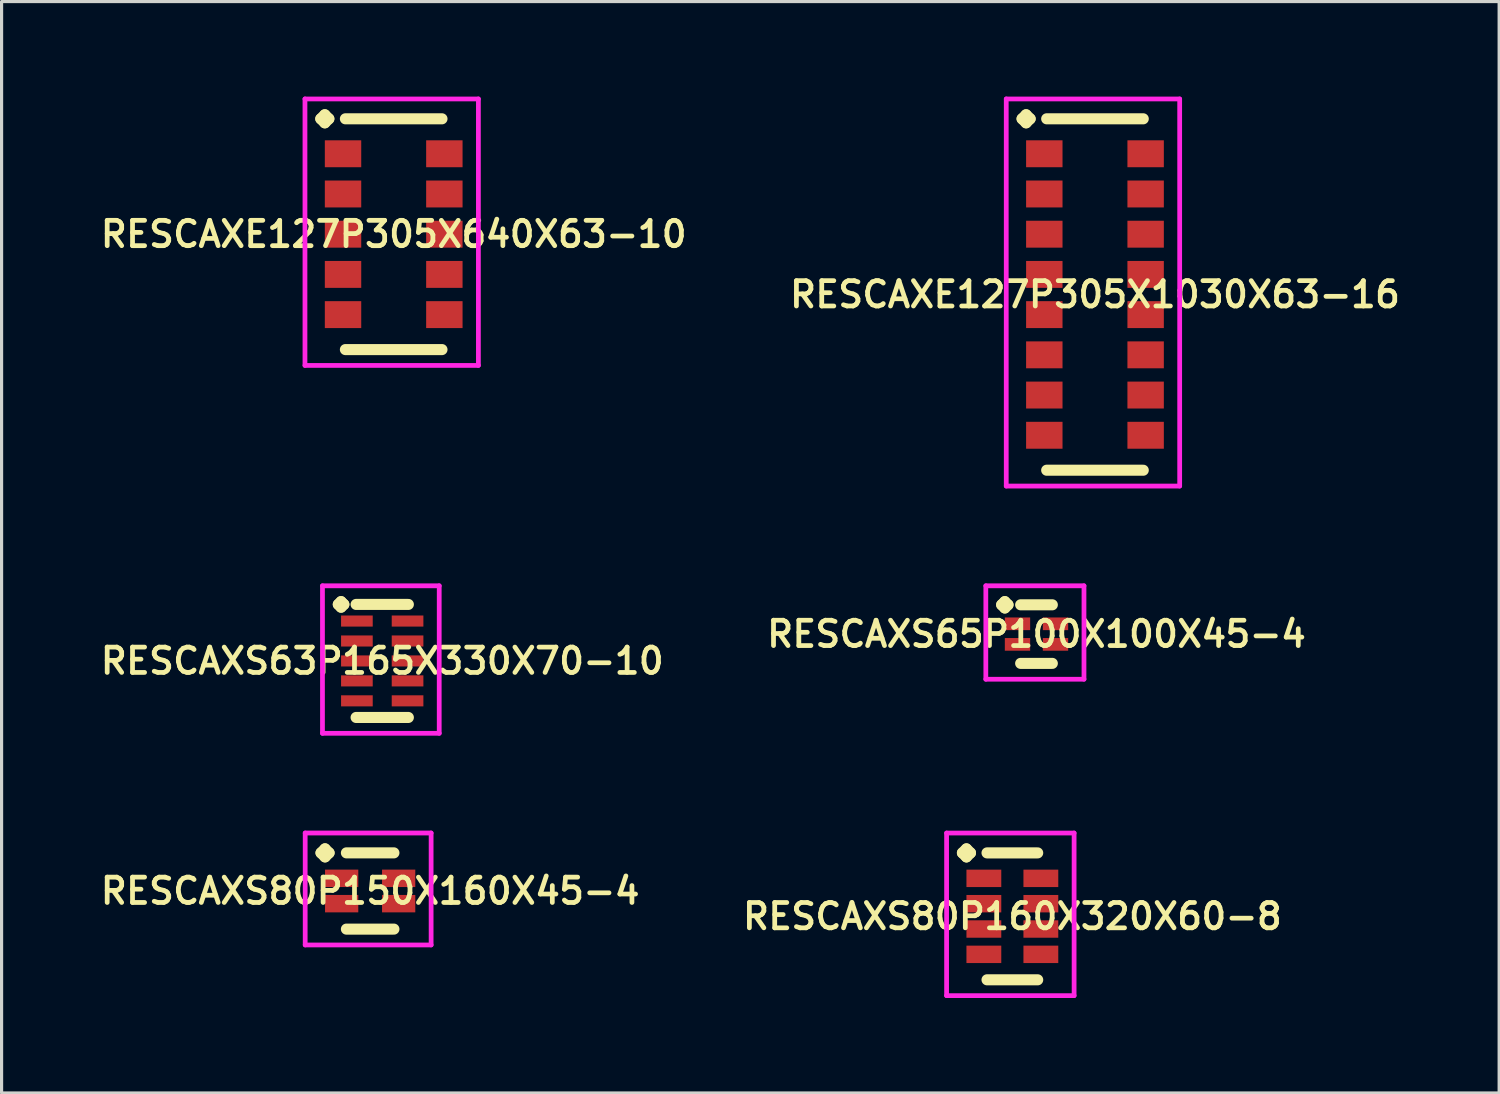
<source format=kicad_pcb>
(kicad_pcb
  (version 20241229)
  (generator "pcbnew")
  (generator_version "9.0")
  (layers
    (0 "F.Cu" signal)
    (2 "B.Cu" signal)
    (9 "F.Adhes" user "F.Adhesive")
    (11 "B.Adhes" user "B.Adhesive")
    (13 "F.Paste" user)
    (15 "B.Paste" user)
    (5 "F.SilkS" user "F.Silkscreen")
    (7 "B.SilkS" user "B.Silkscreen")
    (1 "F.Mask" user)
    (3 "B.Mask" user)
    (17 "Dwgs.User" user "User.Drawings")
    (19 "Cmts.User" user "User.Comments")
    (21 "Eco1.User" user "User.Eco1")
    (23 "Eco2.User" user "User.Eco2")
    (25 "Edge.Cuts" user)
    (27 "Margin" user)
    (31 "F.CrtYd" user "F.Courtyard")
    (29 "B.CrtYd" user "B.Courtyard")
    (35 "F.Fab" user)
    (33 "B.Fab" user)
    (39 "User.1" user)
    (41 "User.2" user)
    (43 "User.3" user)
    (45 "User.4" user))
  (footprint "RESCAXE127P305X1030X63-16"
    (layer "F.Cu")
    (at 31.53 6.251)
    (property "Reference" "RESCAXE127P305X1030X63-16" (at 0 0 0) (layer "F.SilkS") (effects (font (size 0.8 0.8) (thickness 0.15))))
    (attr smd)
    (fp_line (start -2.302 -5.549) (end -2.175 -5.676) (stroke (width 0.35) (type solid)) (layer "F.SilkS"))
    (fp_line (start -2.175 -5.676) (end -2.048 -5.549) (stroke (width 0.35) (type solid)) (layer "F.SilkS"))
    (fp_line (start -2.175 -5.422) (end -2.302 -5.549) (stroke (width 0.35) (type solid)) (layer "F.SilkS"))
    (fp_line (start -2.048 -5.549) (end -2.175 -5.422) (stroke (width 0.35) (type solid)) (layer "F.SilkS"))
    (fp_line (start -1.525 -5.549) (end 1.525 -5.549) (stroke (width 0.35) (type solid)) (layer "F.SilkS"))
    (fp_line (start -1.525 5.549) (end 1.525 5.549) (stroke (width 0.35) (type solid)) (layer "F.SilkS"))
    (fp_line (start -2.802 -6.176) (end 2.675 -6.176) (stroke (width 0.15) (type solid)) (layer "F.CrtYd"))
    (fp_line (start -2.802 6.049) (end -2.802 -6.176) (stroke (width 0.15) (type solid)) (layer "F.CrtYd"))
    (fp_line (start 2.675 -6.176) (end 2.675 6.049) (stroke (width 0.15) (type solid)) (layer "F.CrtYd"))
    (fp_line (start 2.675 6.049) (end -2.802 6.049) (stroke (width 0.15) (type solid)) (layer "F.CrtYd"))
    (pad "1" smd rect (at -1.6 -4.445) (size 1.15 0.85) (layers "F.Cu" "F.Mask" "F.Paste"))
    (pad "2" smd rect (at -1.6 -3.175) (size 1.15 0.85) (layers "F.Cu" "F.Mask" "F.Paste"))
    (pad "3" smd rect (at -1.6 -1.905) (size 1.15 0.85) (layers "F.Cu" "F.Mask" "F.Paste"))
    (pad "4" smd rect (at -1.6 -0.635) (size 1.15 0.85) (layers "F.Cu" "F.Mask" "F.Paste"))
    (pad "5" smd rect (at -1.6 0.635) (size 1.15 0.85) (layers "F.Cu" "F.Mask" "F.Paste"))
    (pad "6" smd rect (at -1.6 1.905) (size 1.15 0.85) (layers "F.Cu" "F.Mask" "F.Paste"))
    (pad "7" smd rect (at -1.6 3.175) (size 1.15 0.85) (layers "F.Cu" "F.Mask" "F.Paste"))
    (pad "8" smd rect (at -1.6 4.445) (size 1.15 0.85) (layers "F.Cu" "F.Mask" "F.Paste"))
    (pad "9" smd rect (at 1.6 4.445) (size 1.15 0.85) (layers "F.Cu" "F.Mask" "F.Paste"))
    (pad "10" smd rect (at 1.6 3.175) (size 1.15 0.85) (layers "F.Cu" "F.Mask" "F.Paste"))
    (pad "11" smd rect (at 1.6 1.905) (size 1.15 0.85) (layers "F.Cu" "F.Mask" "F.Paste"))
    (pad "12" smd rect (at 1.6 0.635) (size 1.15 0.85) (layers "F.Cu" "F.Mask" "F.Paste"))
    (pad "13" smd rect (at 1.6 -0.635) (size 1.15 0.85) (layers "F.Cu" "F.Mask" "F.Paste"))
    (pad "14" smd rect (at 1.6 -1.905) (size 1.15 0.85) (layers "F.Cu" "F.Mask" "F.Paste"))
    (pad "15" smd rect (at 1.6 -3.175) (size 1.15 0.85) (layers "F.Cu" "F.Mask" "F.Paste"))
    (pad "16" smd rect (at 1.6 -4.445) (size 1.15 0.85) (layers "F.Cu" "F.Mask" "F.Paste")))
  (footprint "RESCAXE127P305X640X63-10"
    (layer "F.Cu")
    (at 9.383 4.346)
    (property "Reference" "RESCAXE127P305X640X63-10" (at 0 0 0) (layer "F.SilkS") (effects (font (size 0.8 0.8) (thickness 0.15))))
    (attr through_hole)
    (fp_line (start -2.302 -3.644) (end -2.175 -3.771) (stroke (width 0.35) (type solid)) (layer "F.SilkS"))
    (fp_line (start -2.175 -3.771) (end -2.048 -3.644) (stroke (width 0.35) (type solid)) (layer "F.SilkS"))
    (fp_line (start -2.175 -3.517) (end -2.302 -3.644) (stroke (width 0.35) (type solid)) (layer "F.SilkS"))
    (fp_line (start -2.048 -3.644) (end -2.175 -3.517) (stroke (width 0.35) (type solid)) (layer "F.SilkS"))
    (fp_line (start -1.525 -3.644) (end 1.525 -3.644) (stroke (width 0.35) (type solid)) (layer "F.SilkS"))
    (fp_line (start -1.525 3.644) (end 1.525 3.644) (stroke (width 0.35) (type solid)) (layer "F.SilkS"))
    (fp_line (start -2.802 -4.271) (end 2.675 -4.271) (stroke (width 0.15) (type solid)) (layer "F.CrtYd"))
    (fp_line (start -2.802 4.144) (end -2.802 -4.271) (stroke (width 0.15) (type solid)) (layer "F.CrtYd"))
    (fp_line (start 2.675 -4.271) (end 2.675 4.144) (stroke (width 0.15) (type solid)) (layer "F.CrtYd"))
    (fp_line (start 2.675 4.144) (end -2.802 4.144) (stroke (width 0.15) (type solid)) (layer "F.CrtYd"))
    (pad "1" smd rect (at -1.6 -2.54) (size 1.15 0.85) (layers "F.Cu" "F.Mask" "F.Paste"))
    (pad "2" smd rect (at -1.6 -1.27) (size 1.15 0.85) (layers "F.Cu" "F.Mask" "F.Paste"))
    (pad "3" smd rect (at -1.6 0) (size 1.15 0.85) (layers "F.Cu" "F.Mask" "F.Paste"))
    (pad "4" smd rect (at -1.6 1.27) (size 1.15 0.85) (layers "F.Cu" "F.Mask" "F.Paste"))
    (pad "5" smd rect (at -1.6 2.54) (size 1.15 0.85) (layers "F.Cu" "F.Mask" "F.Paste"))
    (pad "6" smd rect (at 1.6 2.54) (size 1.15 0.85) (layers "F.Cu" "F.Mask" "F.Paste"))
    (pad "7" smd rect (at 1.6 1.27) (size 1.15 0.85) (layers "F.Cu" "F.Mask" "F.Paste"))
    (pad "8" smd rect (at 1.6 0) (size 1.15 0.85) (layers "F.Cu" "F.Mask" "F.Paste"))
    (pad "9" smd rect (at 1.6 -1.27) (size 1.15 0.85) (layers "F.Cu" "F.Mask" "F.Paste"))
    (pad "10" smd rect (at 1.6 -2.54) (size 1.15 0.85) (layers "F.Cu" "F.Mask" "F.Paste")))
  (footprint "RESCAXS80P150X160X45-4"
    (layer "F.Cu")
    (at 8.64 25.088)
    (property "Reference" "RESCAXS80P150X160X45-4" (at 0 0 0) (layer "F.SilkS") (effects (font (size 0.8 0.8) (thickness 0.15))))
    (attr smd)
    (fp_line (start -1.552 -1.204) (end -1.425 -1.331) (stroke (width 0.35) (type solid)) (layer "F.SilkS"))
    (fp_line (start -1.425 -1.331) (end -1.298 -1.204) (stroke (width 0.35) (type solid)) (layer "F.SilkS"))
    (fp_line (start -1.425 -1.077) (end -1.552 -1.204) (stroke (width 0.35) (type solid)) (layer "F.SilkS"))
    (fp_line (start -1.298 -1.204) (end -1.425 -1.077) (stroke (width 0.35) (type solid)) (layer "F.SilkS"))
    (fp_line (start -0.75 -1.204) (end 0.75 -1.204) (stroke (width 0.35) (type solid)) (layer "F.SilkS"))
    (fp_line (start -0.75 1.204) (end 0.75 1.204) (stroke (width 0.35) (type solid)) (layer "F.SilkS"))
    (fp_line (start -2.052 -1.831) (end 1.925 -1.831) (stroke (width 0.15) (type solid)) (layer "F.CrtYd"))
    (fp_line (start -2.052 1.704) (end -2.052 -1.831) (stroke (width 0.15) (type solid)) (layer "F.CrtYd"))
    (fp_line (start 1.925 -1.831) (end 1.925 1.704) (stroke (width 0.15) (type solid)) (layer "F.CrtYd"))
    (fp_line (start 1.925 1.704) (end -2.052 1.704) (stroke (width 0.15) (type solid)) (layer "F.CrtYd"))
    (pad "1" smd rect (at -0.9 -0.4) (size 1.05 0.55) (layers "F.Cu" "F.Mask" "F.Paste"))
    (pad "2" smd rect (at -0.9 0.4) (size 1.05 0.55) (layers "F.Cu" "F.Mask" "F.Paste"))
    (pad "3" smd rect (at 0.9 0.4) (size 1.05 0.55) (layers "F.Cu" "F.Mask" "F.Paste"))
    (pad "4" smd rect (at 0.9 -0.4) (size 1.05 0.55) (layers "F.Cu" "F.Mask" "F.Paste")))
  (footprint "RESCAXS63P165X330X70-10"
    (layer "F.Cu")
    (at 9.021 17.823)
    (property "Reference" "RESCAXS63P165X330X70-10" (at 0 0 0) (layer "F.SilkS") (effects (font (size 0.8 0.8) (thickness 0.15))))
    (attr smd)
    (fp_line (start -1.387 -1.785) (end -1.3 -1.873) (stroke (width 0.35) (type solid)) (layer "F.SilkS"))
    (fp_line (start -1.3 -1.873) (end -1.212 -1.785) (stroke (width 0.35) (type solid)) (layer "F.SilkS"))
    (fp_line (start -1.3 -1.698) (end -1.387 -1.785) (stroke (width 0.35) (type solid)) (layer "F.SilkS"))
    (fp_line (start -1.212 -1.785) (end -1.3 -1.698) (stroke (width 0.35) (type solid)) (layer "F.SilkS"))
    (fp_line (start -0.825 -1.785) (end 0.825 -1.785) (stroke (width 0.35) (type solid)) (layer "F.SilkS"))
    (fp_line (start -0.825 1.785) (end 0.825 1.785) (stroke (width 0.35) (type solid)) (layer "F.SilkS"))
    (fp_line (start -1.887 -2.373) (end 1.8 -2.373) (stroke (width 0.15) (type solid)) (layer "F.CrtYd"))
    (fp_line (start -1.887 2.285) (end -1.887 -2.373) (stroke (width 0.15) (type solid)) (layer "F.CrtYd"))
    (fp_line (start 1.8 -2.373) (end 1.8 2.285) (stroke (width 0.15) (type solid)) (layer "F.CrtYd"))
    (fp_line (start 1.8 2.285) (end -1.887 2.285) (stroke (width 0.15) (type solid)) (layer "F.CrtYd"))
    (pad "1" smd rect (at -0.8 -1.26) (size 1 0.35) (layers "F.Cu" "F.Mask" "F.Paste"))
    (pad "2" smd rect (at -0.8 -0.63) (size 1 0.35) (layers "F.Cu" "F.Mask" "F.Paste"))
    (pad "3" smd rect (at -0.8 0) (size 1 0.35) (layers "F.Cu" "F.Mask" "F.Paste"))
    (pad "4" smd rect (at -0.8 0.63) (size 1 0.35) (layers "F.Cu" "F.Mask" "F.Paste"))
    (pad "5" smd rect (at -0.8 1.26) (size 1 0.35) (layers "F.Cu" "F.Mask" "F.Paste"))
    (pad "6" smd rect (at 0.8 1.26) (size 1 0.35) (layers "F.Cu" "F.Mask" "F.Paste"))
    (pad "7" smd rect (at 0.8 0.63) (size 1 0.35) (layers "F.Cu" "F.Mask" "F.Paste"))
    (pad "8" smd rect (at 0.8 0) (size 1 0.35) (layers "F.Cu" "F.Mask" "F.Paste"))
    (pad "9" smd rect (at 0.8 -0.63) (size 1 0.35) (layers "F.Cu" "F.Mask" "F.Paste"))
    (pad "10" smd rect (at 0.8 -1.26) (size 1 0.35) (layers "F.Cu" "F.Mask" "F.Paste")))
  (footprint "RESCAXS65P100X100X45-4"
    (layer "F.Cu")
    (at 29.683 16.975)
    (property "Reference" "RESCAXS65P100X100X45-4" (at 0 0 0) (layer "F.SilkS") (effects (font (size 0.8 0.8) (thickness 0.15))))
    (attr smd)
    (fp_line (start -1.1 -0.925) (end -1 -1.025) (stroke (width 0.35) (type solid)) (layer "F.SilkS"))
    (fp_line (start -1 -1.025) (end -0.9 -0.925) (stroke (width 0.35) (type solid)) (layer "F.SilkS"))
    (fp_line (start -1 -0.825) (end -1.1 -0.925) (stroke (width 0.35) (type solid)) (layer "F.SilkS"))
    (fp_line (start -0.9 -0.925) (end -1 -0.825) (stroke (width 0.35) (type solid)) (layer "F.SilkS"))
    (fp_line (start -0.5 -0.925) (end 0.5 -0.925) (stroke (width 0.35) (type solid)) (layer "F.SilkS"))
    (fp_line (start -0.5 0.925) (end 0.5 0.925) (stroke (width 0.35) (type solid)) (layer "F.SilkS"))
    (fp_line (start -1.6 -1.525) (end 1.5 -1.525) (stroke (width 0.15) (type solid)) (layer "F.CrtYd"))
    (fp_line (start -1.6 1.425) (end -1.6 -1.525) (stroke (width 0.15) (type solid)) (layer "F.CrtYd"))
    (fp_line (start 1.5 -1.525) (end 1.5 1.425) (stroke (width 0.15) (type solid)) (layer "F.CrtYd"))
    (fp_line (start 1.5 1.425) (end -1.6 1.425) (stroke (width 0.15) (type solid)) (layer "F.CrtYd"))
    (pad "1" smd rect (at -0.6 -0.325) (size 0.8 0.4) (layers "F.Cu" "F.Mask" "F.Paste"))
    (pad "2" smd rect (at -0.6 0.325) (size 0.8 0.4) (layers "F.Cu" "F.Mask" "F.Paste"))
    (pad "3" smd rect (at 0.6 0.325) (size 0.8 0.4) (layers "F.Cu" "F.Mask" "F.Paste"))
    (pad "4" smd rect (at 0.6 -0.325) (size 0.8 0.4) (layers "F.Cu" "F.Mask" "F.Paste")))
  (footprint "RESCAXS80P160X320X60-8"
    (layer "F.Cu")
    (at 28.921 25.889)
    (property "Reference" "RESCAXS80P160X320X60-8" (at 0 0 0) (layer "F.SilkS") (effects (font (size 0.8 0.8) (thickness 0.15))))
    (attr smd)
    (fp_line (start -1.577 -2.004) (end -1.45 -2.131) (stroke (width 0.35) (type solid)) (layer "F.SilkS"))
    (fp_line (start -1.45 -2.131) (end -1.323 -2.004) (stroke (width 0.35) (type solid)) (layer "F.SilkS"))
    (fp_line (start -1.45 -1.877) (end -1.577 -2.004) (stroke (width 0.35) (type solid)) (layer "F.SilkS"))
    (fp_line (start -1.323 -2.004) (end -1.45 -1.877) (stroke (width 0.35) (type solid)) (layer "F.SilkS"))
    (fp_line (start -0.8 -2.004) (end 0.8 -2.004) (stroke (width 0.35) (type solid)) (layer "F.SilkS"))
    (fp_line (start -0.8 2.004) (end 0.8 2.004) (stroke (width 0.35) (type solid)) (layer "F.SilkS"))
    (fp_line (start -2.077 -2.631) (end 1.95 -2.631) (stroke (width 0.15) (type solid)) (layer "F.CrtYd"))
    (fp_line (start -2.077 2.504) (end -2.077 -2.631) (stroke (width 0.15) (type solid)) (layer "F.CrtYd"))
    (fp_line (start 1.95 -2.631) (end 1.95 2.504) (stroke (width 0.15) (type solid)) (layer "F.CrtYd"))
    (fp_line (start 1.95 2.504) (end -2.077 2.504) (stroke (width 0.15) (type solid)) (layer "F.CrtYd"))
    (pad "1" smd rect (at -0.9 -1.2) (size 1.1 0.55) (layers "F.Cu" "F.Mask" "F.Paste"))
    (pad "2" smd rect (at -0.9 -0.4) (size 1.1 0.55) (layers "F.Cu" "F.Mask" "F.Paste"))
    (pad "3" smd rect (at -0.9 0.4) (size 1.1 0.55) (layers "F.Cu" "F.Mask" "F.Paste"))
    (pad "4" smd rect (at -0.9 1.2) (size 1.1 0.55) (layers "F.Cu" "F.Mask" "F.Paste"))
    (pad "5" smd rect (at 0.9 1.2) (size 1.1 0.55) (layers "F.Cu" "F.Mask" "F.Paste"))
    (pad "6" smd rect (at 0.9 0.4) (size 1.1 0.55) (layers "F.Cu" "F.Mask" "F.Paste"))
    (pad "7" smd rect (at 0.9 -0.4) (size 1.1 0.55) (layers "F.Cu" "F.Mask" "F.Paste"))
    (pad "8" smd rect (at 0.9 -1.2) (size 1.1 0.55) (layers "F.Cu" "F.Mask" "F.Paste")))
  (gr_rect
    (start -3 -3)
    (end 44.294 31.468)
    (stroke (width 0.1) (type default))
    (fill no)
    (layer "Edge.Cuts")))
</source>
